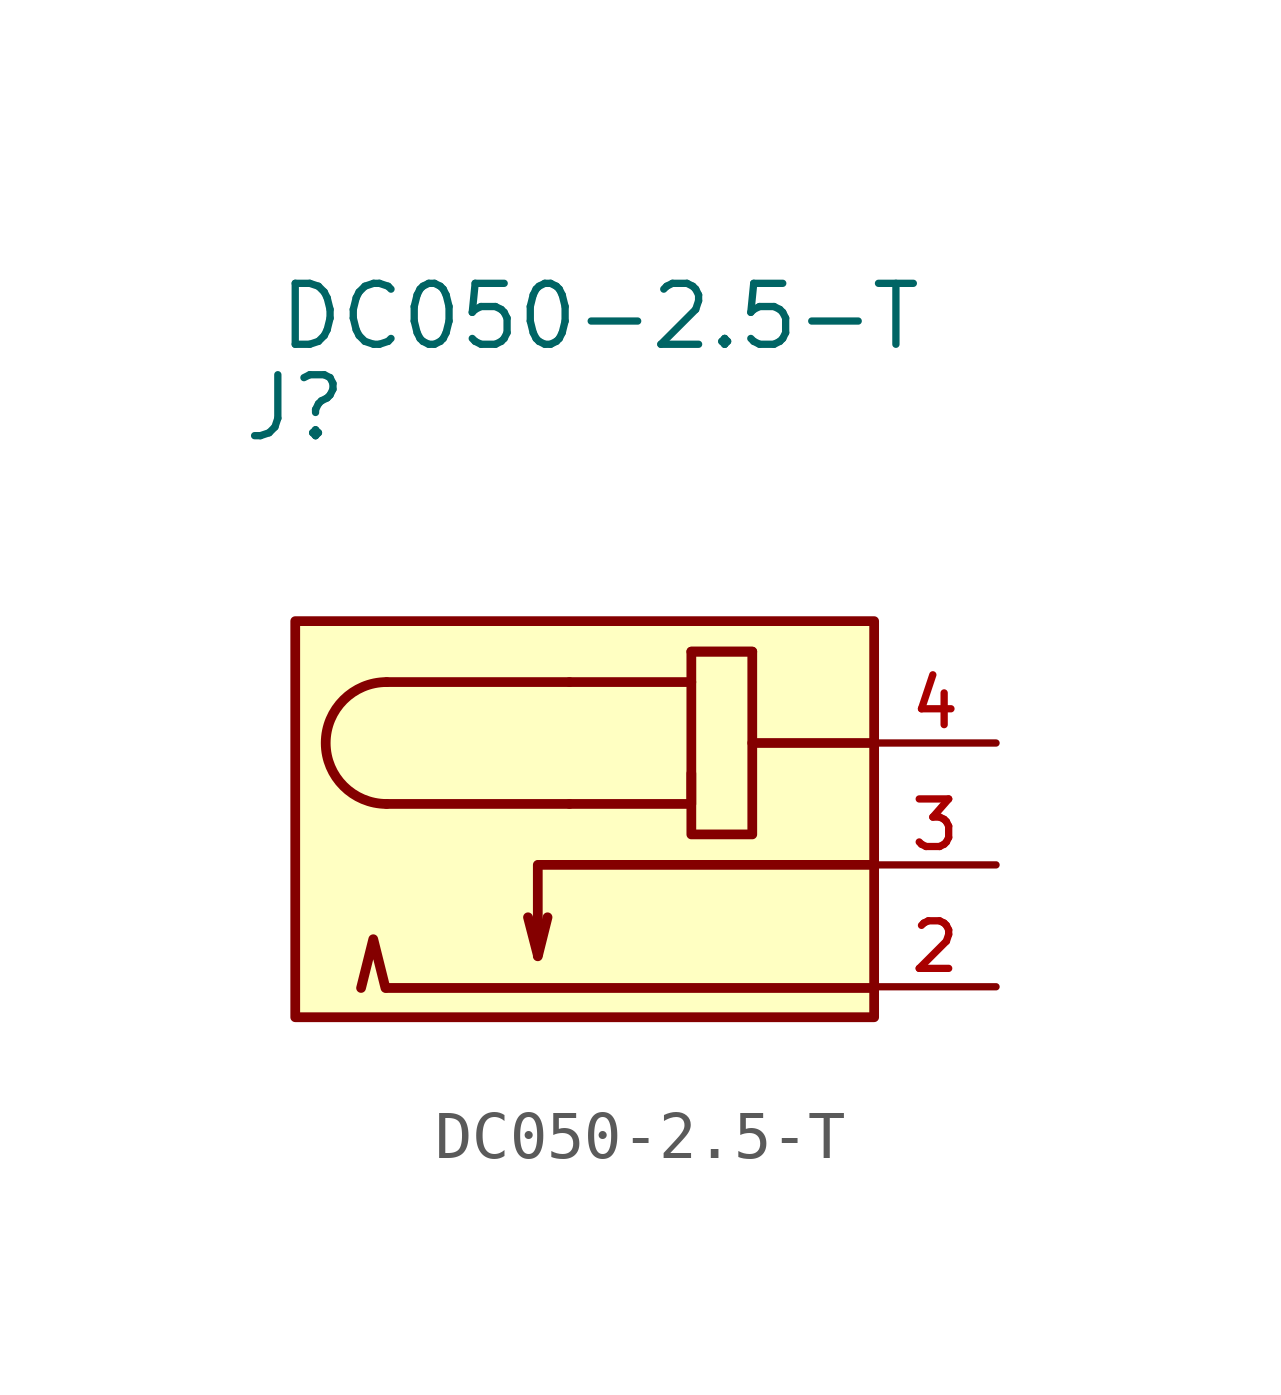
<source format=kicad_sym>
(kicad_symbol_lib
  (version 20241209)
  (generator "kicad_symbol_editor")
  (generator_version "9.0")
  (symbol "DC050-2.5-T"
    (pin_names
      (offset 1.016))
    (property "Reference" "J"
      (at -6.985 6.35 0)
      (effects (font (size 1.27 1.27))))
    (property "Value" "DC050-2.5-T"
      (at -0.635 8.255 0)
      (effects (font (size 1.27 1.27))))
    (symbol "DC050-2.5-T_0_1"
      (rectangle (start -6.985 1.905) (end 5.08 -6.35) (stroke (width 0.203) (type solid)) (fill (type background)))
      (polyline (pts (xy -5.105 -5.74) (xy -5.359 -4.724) (xy -5.613 -5.74)) (stroke (width 0.203) (type solid)) (fill (type none)))
      (arc (start -5.08 -1.905) (mid -6.35 -0.635) (end -5.08 0.635) (stroke (width 0.2032) (type solid)) (fill (type none)))
      (polyline (pts (xy -5.08 -1.905) (xy -1.27 -1.905)) (stroke (width 0.203) (type solid)) (fill (type none)))
      (polyline (pts (xy -5.08 -5.74) (xy 5.08 -5.74)) (stroke (width 0.203) (type solid)) (fill (type none)))
      (polyline (pts (xy -1.93 -3.175) (xy -1.93 -5.055) (xy -2.134 -4.267)) (stroke (width 0.203) (type solid)) (fill (type none)))
      (polyline (pts (xy -1.93 -5.08) (xy -1.727 -4.267)) (stroke (width 0.203) (type solid)) (fill (type none)))
      (polyline (pts (xy -1.905 -3.175) (xy 5.08 -3.175)) (stroke (width 0.203) (type solid)) (fill (type none)))
      (polyline (pts (xy -1.27 0.635) (xy -5.08 0.635)) (stroke (width 0.203) (type solid)) (fill (type none)))
      (rectangle (start 1.27 1.27) (end 2.54 1.27) (stroke (width 0.203) (type solid)) (fill (type none)))
      (rectangle (start 1.27 1.27) (end 2.54 -2.54) (stroke (width 0.203) (type solid)) (fill (type none)))
      (polyline (pts (xy 1.27 0.635) (xy -1.27 0.635)) (stroke (width 0.203) (type solid)) (fill (type none)))
      (polyline (pts (xy 1.27 -1.27) (xy 1.27 -1.905) (xy -1.27 -1.905)) (stroke (width 0.203) (type solid)) (fill (type none)))
      (polyline (pts (xy 2.54 -0.635) (xy 5.08 -0.635)) (stroke (width 0.203) (type solid)) (fill (type none))))
    (symbol "DC050-2.5-T_1_1"
      (pin power_in line (at 7.62 -0.635 180) (length 2.54) (name "V+" (effects (font (size 0 0)))) (number "4" (effects (font (size 0.991 0.991)))))
      (pin power_out line (at 7.62 -3.175 180) (length 2.54) (name "NO" (effects (font (size 0 0)))) (number "3" (effects (font (size 0.991 0.991)))))
      (pin power_out line (at 7.62 -5.715 180) (length 2.54) (name "NC" (effects (font (size 0 0)))) (number "2" (effects (font (size 0.991 0.991))))))))
</source>
